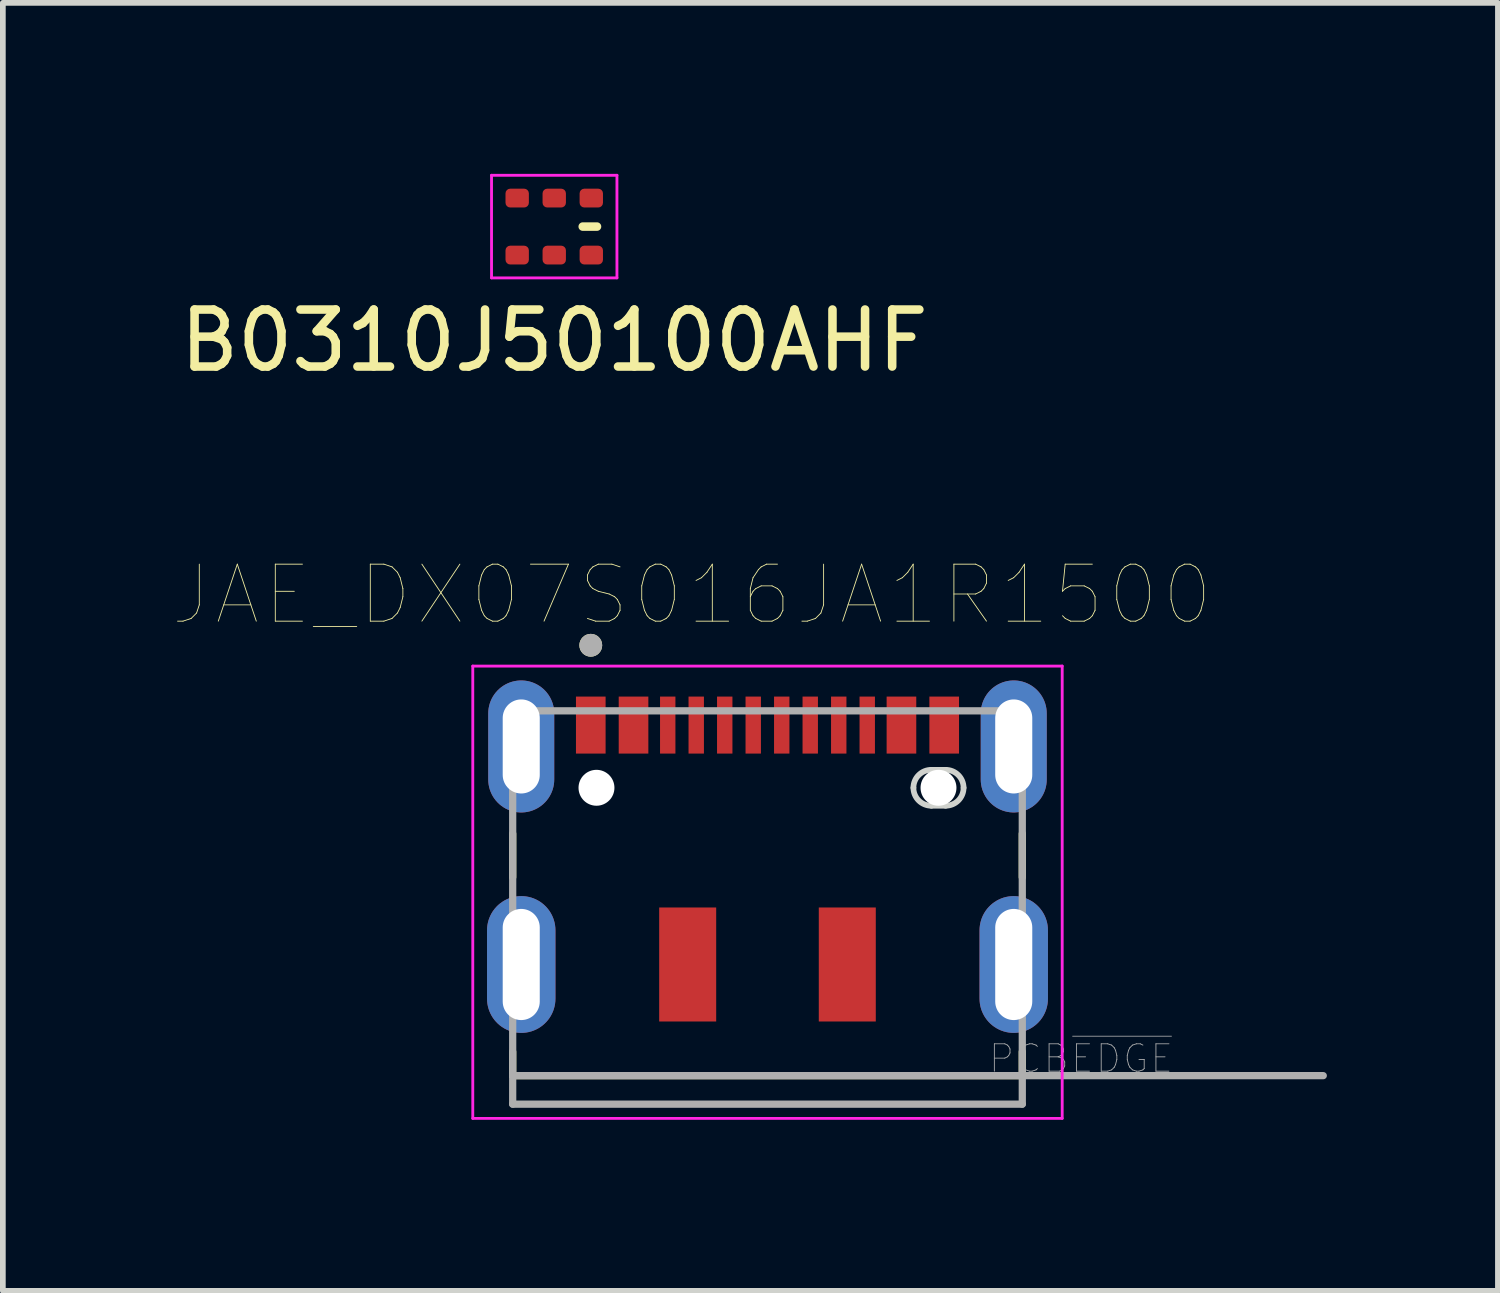
<source format=kicad_pcb>
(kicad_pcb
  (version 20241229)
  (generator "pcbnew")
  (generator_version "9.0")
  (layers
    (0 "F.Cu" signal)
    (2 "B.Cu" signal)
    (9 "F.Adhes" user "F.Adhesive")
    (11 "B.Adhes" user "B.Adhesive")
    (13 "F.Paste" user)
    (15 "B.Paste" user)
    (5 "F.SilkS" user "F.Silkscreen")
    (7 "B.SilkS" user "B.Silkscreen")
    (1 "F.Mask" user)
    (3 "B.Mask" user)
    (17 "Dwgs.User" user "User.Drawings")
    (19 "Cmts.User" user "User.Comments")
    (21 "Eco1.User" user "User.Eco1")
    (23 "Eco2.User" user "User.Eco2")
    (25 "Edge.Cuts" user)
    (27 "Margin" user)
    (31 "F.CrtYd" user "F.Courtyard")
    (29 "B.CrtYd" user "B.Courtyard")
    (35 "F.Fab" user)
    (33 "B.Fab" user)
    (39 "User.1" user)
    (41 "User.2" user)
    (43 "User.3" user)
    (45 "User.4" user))
  (footprint "B0310J50100AHF"
    (layer "F.Cu")
    (at 6.673 0.925)
    (property "Reference" "B0310J50100AHF" (at 0 2 0) (layer "F.SilkS") (effects (font (size 1 1) (thickness 0.15))))
    (attr through_hole)
    (fp_line (start 0.75 0) (end 0.5 0) (stroke (width 0.15) (type solid)) (layer "F.SilkS"))
    (fp_line (start -1.1 -0.9) (end 1.1 -0.9) (stroke (width 0.05) (type solid)) (layer "F.CrtYd"))
    (fp_line (start -1.1 0.9) (end -1.1 -0.9) (stroke (width 0.05) (type solid)) (layer "F.CrtYd"))
    (fp_line (start 1.1 -0.9) (end 1.1 0.9) (stroke (width 0.05) (type solid)) (layer "F.CrtYd"))
    (fp_line (start 1.1 0.9) (end -1.1 0.9) (stroke (width 0.05) (type solid)) (layer "F.CrtYd"))
    (pad "1" smd roundrect (at 0.65 -0.5) (size 0.41 0.33) (layers "F.Cu" "F.Mask" "F.Paste") (roundrect_rratio 0.25))
    (pad "2" smd roundrect (at 0 -0.5) (size 0.41 0.33) (layers "F.Cu" "F.Mask" "F.Paste") (roundrect_rratio 0.25))
    (pad "3" smd roundrect (at -0.65 -0.5) (size 0.41 0.33) (layers "F.Cu" "F.Mask" "F.Paste") (roundrect_rratio 0.25))
    (pad "4" smd roundrect (at -0.65 0.5) (size 0.41 0.33) (layers "F.Cu" "F.Mask" "F.Paste") (roundrect_rratio 0.25))
    (pad "5" smd roundrect (at 0 0.5) (size 0.41 0.33) (layers "F.Cu" "F.Mask" "F.Paste") (roundrect_rratio 0.25))
    (pad "6" smd roundrect (at 0.65 0.5) (size 0.41 0.33) (layers "F.Cu" "F.Mask" "F.Paste") (roundrect_rratio 0.25)))
  (footprint "JAE_DX07S016JA1R1500"
    (layer "F.Cu")
    (at 10.414 10.77)
    (property "Reference" "JAE_DX07S016JA1R1500" (at -1.325 -3.385 0) (layer "F.SilkS") (effects (font (size 1 1) (thickness 0.015))))
    (attr through_hole)
    (fp_line (start -4.47 0.805) (end -4.47 1.57) (stroke (width 0.127) (type solid)) (layer "F.SilkS"))
    (fp_line (start -4.47 5.05) (end -4.47 4.63) (stroke (width 0.127) (type solid)) (layer "F.SilkS"))
    (fp_line (start 4.47 0.805) (end 4.47 1.57) (stroke (width 0.127) (type solid)) (layer "F.SilkS"))
    (fp_line (start 4.47 4.63) (end 4.47 5.05) (stroke (width 0.127) (type solid)) (layer "F.SilkS"))
    (fp_line (start 4.47 5.05) (end -4.47 5.05) (stroke (width 0.127) (type solid)) (layer "F.SilkS"))
    (fp_circle (center -3.1 -2.5) (end -3 -2.5) (stroke (width 0.2) (type solid)) (fill no) (layer "F.SilkS"))
    (fp_line (start 2.875 -0.315) (end 3.125 -0.315) (stroke (width 0.1) (type solid)) (layer "Edge.Cuts"))
    (fp_line (start 3.125 0.315) (end 2.875 0.315) (stroke (width 0.1) (type solid)) (layer "Edge.Cuts"))
    (fp_arc (start 2.56 0) (mid 2.652261 -0.222739) (end 2.875 -0.315) (stroke (width 0.1) (type solid)) (layer "Edge.Cuts"))
    (fp_arc (start 2.875 0.315) (mid 2.652261 0.222739) (end 2.56 0) (stroke (width 0.1) (type solid)) (layer "Edge.Cuts"))
    (fp_arc (start 3.125 -0.315) (mid 3.347739 -0.222739) (end 3.44 0) (stroke (width 0.1) (type solid)) (layer "Edge.Cuts"))
    (fp_arc (start 3.44 0) (mid 3.347739 0.222739) (end 3.125 0.315) (stroke (width 0.1) (type solid)) (layer "Edge.Cuts"))
    (fp_line (start -5.17 -2.135) (end 5.17 -2.135) (stroke (width 0.05) (type solid)) (layer "F.CrtYd"))
    (fp_line (start -5.17 5.8) (end -5.17 -2.135) (stroke (width 0.05) (type solid)) (layer "F.CrtYd"))
    (fp_line (start 5.17 -2.135) (end 5.17 5.8) (stroke (width 0.05) (type solid)) (layer "F.CrtYd"))
    (fp_line (start 5.17 5.8) (end -5.17 5.8) (stroke (width 0.05) (type solid)) (layer "F.CrtYd"))
    (fp_line (start -4.47 -1.35) (end 4.47 -1.35) (stroke (width 0.127) (type solid)) (layer "F.Fab"))
    (fp_line (start -4.47 5.05) (end -4.47 -1.35) (stroke (width 0.127) (type solid)) (layer "F.Fab"))
    (fp_line (start -4.47 5.55) (end -4.47 5.05) (stroke (width 0.127) (type solid)) (layer "F.Fab"))
    (fp_line (start 4.47 -1.35) (end 4.47 5.05) (stroke (width 0.127) (type solid)) (layer "F.Fab"))
    (fp_line (start 4.47 5.05) (end -4.47 5.05) (stroke (width 0.127) (type solid)) (layer "F.Fab"))
    (fp_line (start 4.47 5.05) (end 4.47 5.55) (stroke (width 0.127) (type solid)) (layer "F.Fab"))
    (fp_line (start 4.47 5.05) (end 9.75 5.05) (stroke (width 0.127) (type solid)) (layer "F.Fab"))
    (fp_line (start 4.47 5.55) (end -4.47 5.55) (stroke (width 0.127) (type solid)) (layer "F.Fab"))
    (fp_circle (center -3.1 -2.5) (end -3 -2.5) (stroke (width 0.2) (type solid)) (fill no) (layer "F.Fab"))
    (fp_text user "PCB~{EDGE}" (at 5.5 4.75 0) (layer "F.Fab") (effects (font (size 0.48 0.48) (thickness 0.015))))
    (pad "" np_thru_hole circle (at -3 0) (size 0.63 0.63) (drill 0.63) (layers "*.Cu" "*.Mask"))
    (pad "" np_thru_hole circle (at 3 0) (size 0.6 0.6) (drill 0.6) (layers "*.Cu" "*.Mask"))
    (pad "" np_thru_hole circle (at 3 0) (size 0.63 0.63) (drill 0.63) (layers "*.Cu" "*.Mask"))
    (pad "1" smd rect (at -3.1 -1.1) (size 0.52 1) (layers "F.Cu" "F.Mask" "F.Paste"))
    (pad "2" smd rect (at -2.35 -1.1) (size 0.52 1) (layers "F.Cu" "F.Mask" "F.Paste"))
    (pad "3" smd rect (at -1.75 -1.1) (size 0.27 1) (layers "F.Cu" "F.Mask" "F.Paste"))
    (pad "4" smd rect (at -1.25 -1.1) (size 0.27 1) (layers "F.Cu" "F.Mask" "F.Paste"))
    (pad "5" smd rect (at -0.75 -1.1) (size 0.27 1) (layers "F.Cu" "F.Mask" "F.Paste"))
    (pad "6" smd rect (at -0.25 -1.1) (size 0.27 1) (layers "F.Cu" "F.Mask" "F.Paste"))
    (pad "7" smd rect (at 0.25 -1.1) (size 0.27 1) (layers "F.Cu" "F.Mask" "F.Paste"))
    (pad "8" smd rect (at 0.75 -1.1) (size 0.27 1) (layers "F.Cu" "F.Mask" "F.Paste"))
    (pad "9" smd rect (at 1.25 -1.1) (size 0.27 1) (layers "F.Cu" "F.Mask" "F.Paste"))
    (pad "10" smd rect (at 1.75 -1.1) (size 0.27 1) (layers "F.Cu" "F.Mask" "F.Paste"))
    (pad "11" smd rect (at 2.35 -1.1) (size 0.52 1) (layers "F.Cu" "F.Mask" "F.Paste"))
    (pad "12" smd rect (at 3.1 -1.1) (size 0.52 1) (layers "F.Cu" "F.Mask" "F.Paste"))
    (pad "S1" smd rect (at -1.4 3.1) (size 1 2) (layers "F.Cu" "F.Mask" "F.Paste"))
    (pad "S2" smd rect (at 1.4 3.1) (size 1 2) (layers "F.Cu" "F.Mask" "F.Paste"))
    (pad "S3" thru_hole oval (at -4.32 -0.725) (size 1.158 2.316) (drill oval 0.65 1.65) (layers "*.Cu" "*.Mask"))
    (pad "S4" thru_hole oval (at 4.32 -0.725) (size 1.158 2.316) (drill oval 0.65 1.65) (layers "*.Cu" "*.Mask"))
    (pad "S5" thru_hole oval (at -4.32 3.1) (size 1.2 2.4) (drill oval 0.65 1.95) (layers "*.Cu" "*.Mask"))
    (pad "S6" thru_hole oval (at 4.32 3.1) (size 1.2 2.4) (drill oval 0.65 1.95) (layers "*.Cu" "*.Mask")))
  (gr_rect
    (start -3 -3)
    (end 23.228 19.595)
    (stroke (width 0.1) (type default))
    (fill no)
    (layer "Edge.Cuts")))
</source>
